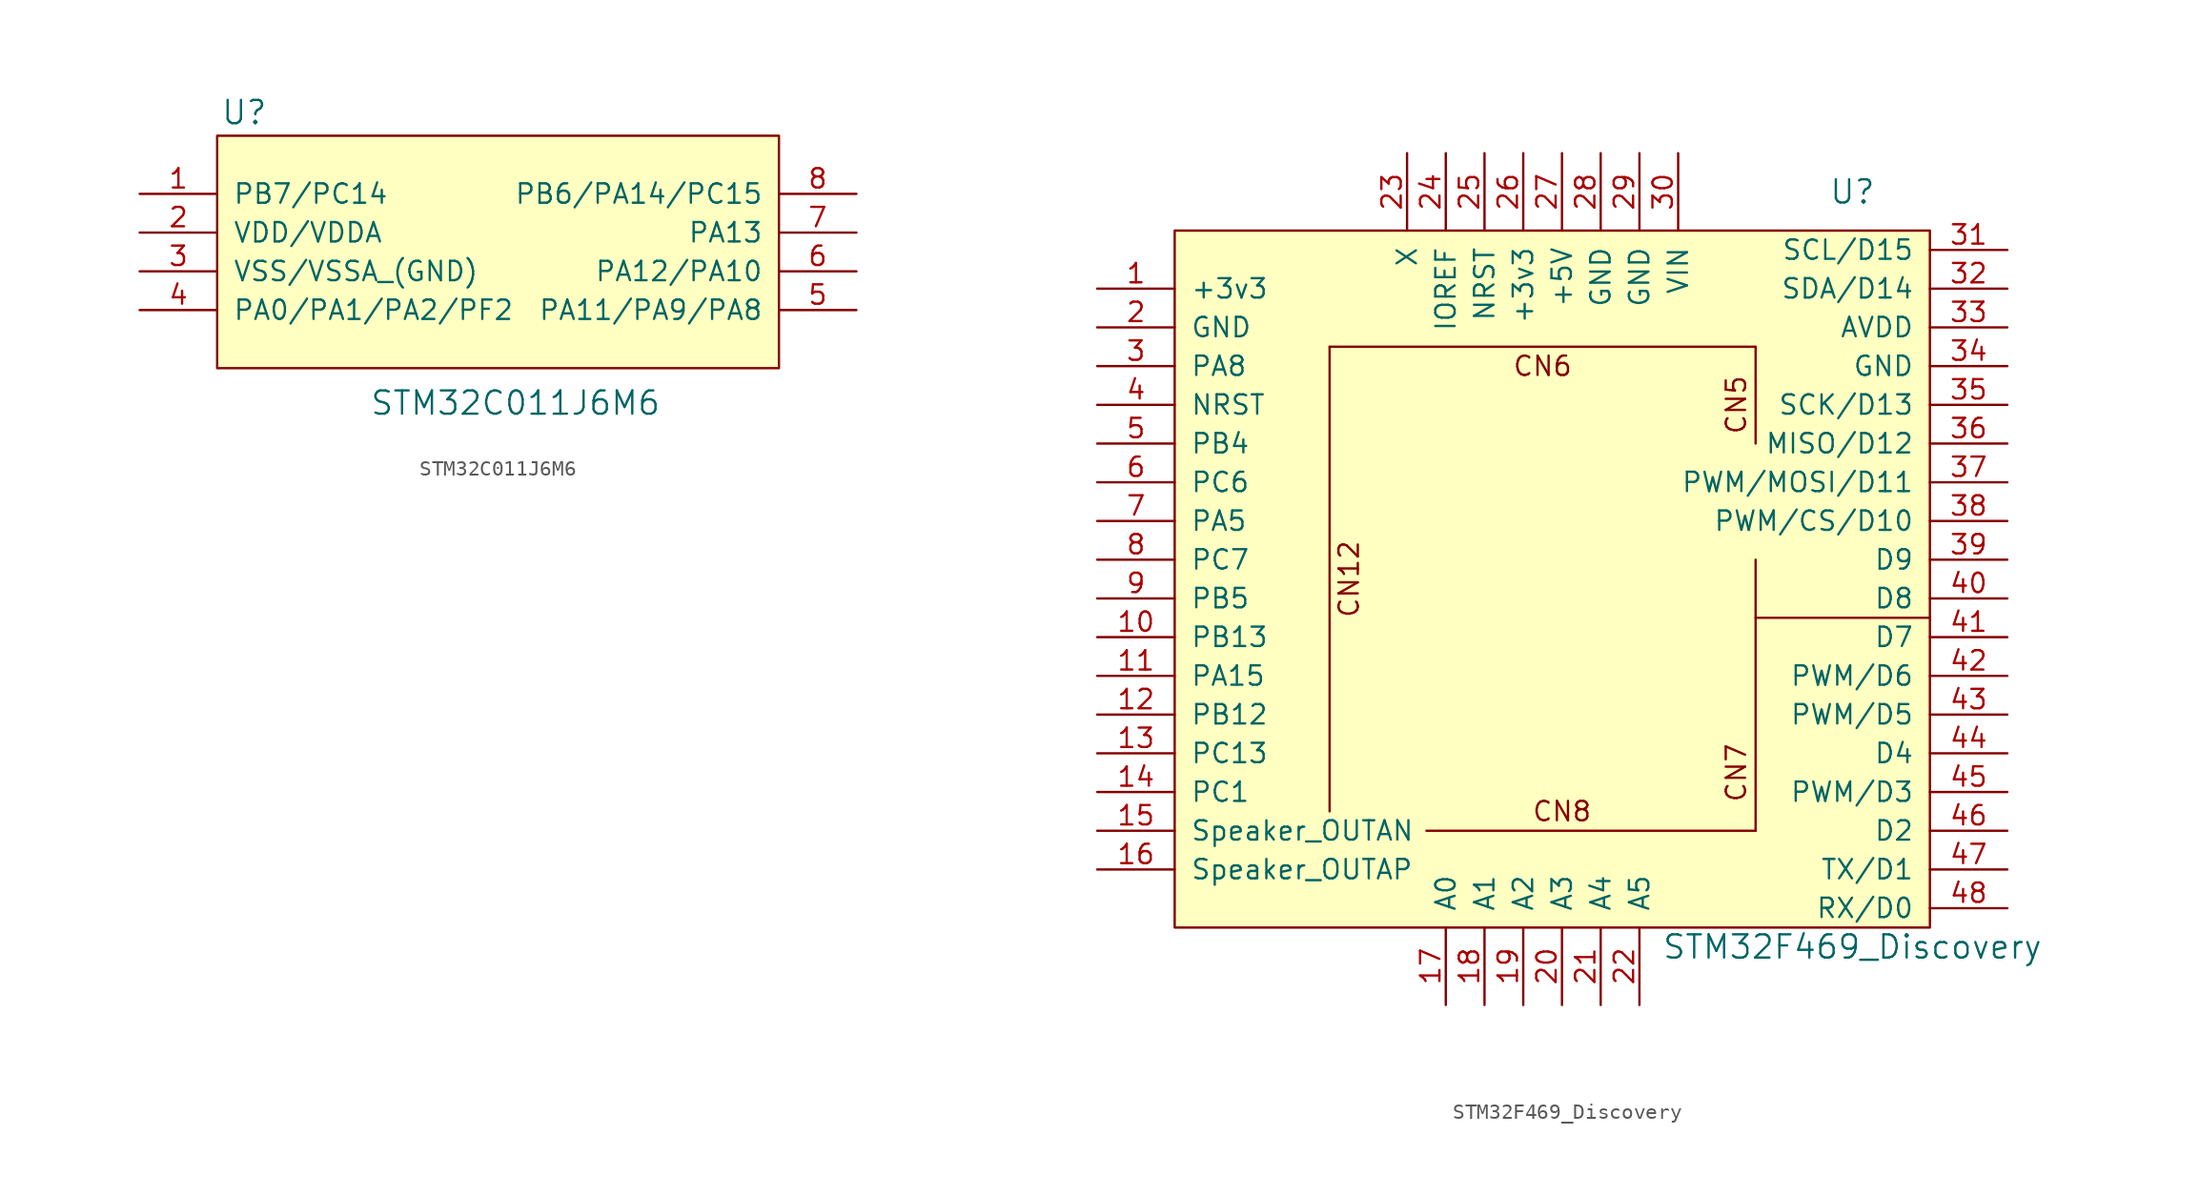
<source format=kicad_sym>
(kicad_symbol_lib
  (version 20231120)
  (generator "kicad_symbol_editor")
  (generator_version "8.0")
  (symbol "STM32C011J6M6"
    (pin_names
      (offset 1.016))
    (property "Reference" "U"
      (at -17.272 9.144 0)
      (effects (font (size 1.524 1.524))))
    (property "Value" "STM32C011J6M6"
      (at 0.508 -9.906 0)
      (effects (font (size 1.524 1.524))))
    (symbol "STM32C011J6M6_0_1"
      (rectangle (start -19.05 7.62) (end 17.78 -7.62) (stroke (width 0) (type default)) (fill (type background))))
    (symbol "STM32C011J6M6_1_1"
      (pin input line (at -24.13 3.81 0) (length 5.08) (name "PB7/PC14" (effects (font (size 1.27 1.27)))) (number "1" (effects (font (size 1.27 1.27)))))
      (pin input line (at -24.13 1.27 0) (length 5.08) (name "VDD/VDDA" (effects (font (size 1.27 1.27)))) (number "2" (effects (font (size 1.27 1.27)))))
      (pin input line (at -24.13 -1.27 0) (length 5.08) (name "VSS/VSSA_(GND)" (effects (font (size 1.27 1.27)))) (number "3" (effects (font (size 1.27 1.27)))))
      (pin input line (at -24.13 -3.81 0) (length 5.08) (name "PA0/PA1/PA2/PF2" (effects (font (size 1.27 1.27)))) (number "4" (effects (font (size 1.27 1.27)))))
      (pin input line (at 22.86 -3.81 180) (length 5.08) (name "PA11/PA9/PA8" (effects (font (size 1.27 1.27)))) (number "5" (effects (font (size 1.27 1.27)))))
      (pin input line (at 22.86 -1.27 180) (length 5.08) (name "PA12/PA10" (effects (font (size 1.27 1.27)))) (number "6" (effects (font (size 1.27 1.27)))))
      (pin input line (at 22.86 1.27 180) (length 5.08) (name "PA13" (effects (font (size 1.27 1.27)))) (number "7" (effects (font (size 1.27 1.27)))))
      (pin input line (at 22.86 3.81 180) (length 5.08) (name "PB6/PA14/PC15" (effects (font (size 1.27 1.27)))) (number "8" (effects (font (size 1.27 1.27)))))))
  (symbol "STM32F469_Discovery"
    (pin_names
      (offset 1.016))
    (property "Reference" "U"
      (at 19.05 15.24 0)
      (effects (font (size 1.524 1.524))))
    (property "Value" "STM32F469_Discovery"
      (at 19.05 -34.29 0)
      (effects (font (size 1.524 1.524))))
    (symbol "STM32F469_Discovery_0_0"
      (polyline (pts (xy -15.24 5.08) (xy 12.7 5.08)) (stroke (width 0) (type default)) (fill (type none)))
      (polyline (pts (xy -8.89 -26.67) (xy 12.7 -26.67)) (stroke (width 0) (type default)) (fill (type none)))
      (polyline (pts (xy 12.7 -12.7) (xy 12.7 -8.89)) (stroke (width 0) (type default)) (fill (type none)))
      (polyline (pts (xy 12.7 -1.27) (xy 12.7 5.08)) (stroke (width 0) (type default)) (fill (type none)))
      (polyline (pts (xy 24.13 -12.7) (xy 12.7 -12.7) (xy 12.7 -26.67)) (stroke (width 0) (type default)) (fill (type none)))
      (text "CN5" (at 11.43 1.27 900) (effects (font (size 1.27 1.27))))
      (text "CN6" (at -1.27 3.81 0) (effects (font (size 1.27 1.27))))
      (text "CN7" (at 11.43 -22.86 900) (effects (font (size 1.27 1.27))))
      (text "CN8" (at 0 -25.4 0) (effects (font (size 1.27 1.27)))))
    (symbol "STM32F469_Discovery_0_1"
      (rectangle (start -25.4 12.7) (end 24.13 -33.02) (stroke (width 0) (type default)) (fill (type background)))
      (polyline (pts (xy -15.24 5.08) (xy -15.24 -25.4)) (stroke (width 0) (type default)) (fill (type none))))
    (symbol "STM32F469_Discovery_1_0"
      (text "CN12" (at -13.97 -10.16 900) (effects (font (size 1.27 1.27)))))
    (symbol "STM32F469_Discovery_1_1"
      (pin input line (at -30.48 8.89 0) (length 5.08) (name "+3v3" (effects (font (size 1.27 1.27)))) (number "1" (effects (font (size 1.27 1.27)))))
      (pin input line (at -30.48 -13.97 0) (length 5.08) (name "PB13" (effects (font (size 1.27 1.27)))) (number "10" (effects (font (size 1.27 1.27)))))
      (pin input line (at -30.48 -16.51 0) (length 5.08) (name "PA15" (effects (font (size 1.27 1.27)))) (number "11" (effects (font (size 1.27 1.27)))))
      (pin input line (at -30.48 -19.05 0) (length 5.08) (name "PB12" (effects (font (size 1.27 1.27)))) (number "12" (effects (font (size 1.27 1.27)))))
      (pin input line (at -30.48 -21.59 0) (length 5.08) (name "PC13" (effects (font (size 1.27 1.27)))) (number "13" (effects (font (size 1.27 1.27)))))
      (pin input line (at -30.48 -24.13 0) (length 5.08) (name "PC1" (effects (font (size 1.27 1.27)))) (number "14" (effects (font (size 1.27 1.27)))))
      (pin input line (at -30.48 -26.67 0) (length 5.08) (name "Speaker_OUTAN" (effects (font (size 1.27 1.27)))) (number "15" (effects (font (size 1.27 1.27)))))
      (pin input line (at -30.48 -29.21 0) (length 5.08) (name "Speaker_OUTAP" (effects (font (size 1.27 1.27)))) (number "16" (effects (font (size 1.27 1.27)))))
      (pin input line (at -7.62 -38.1 90) (length 5.08) (name "A0" (effects (font (size 1.27 1.27)))) (number "17" (effects (font (size 1.27 1.27)))))
      (pin input line (at -5.08 -38.1 90) (length 5.08) (name "A1" (effects (font (size 1.27 1.27)))) (number "18" (effects (font (size 1.27 1.27)))))
      (pin input line (at -2.54 -38.1 90) (length 5.08) (name "A2" (effects (font (size 1.27 1.27)))) (number "19" (effects (font (size 1.27 1.27)))))
      (pin input line (at -30.48 6.35 0) (length 5.08) (name "GND" (effects (font (size 1.27 1.27)))) (number "2" (effects (font (size 1.27 1.27)))))
      (pin input line (at 0 -38.1 90) (length 5.08) (name "A3" (effects (font (size 1.27 1.27)))) (number "20" (effects (font (size 1.27 1.27)))))
      (pin input line (at 2.54 -38.1 90) (length 5.08) (name "A4" (effects (font (size 1.27 1.27)))) (number "21" (effects (font (size 1.27 1.27)))))
      (pin input line (at 5.08 -38.1 90) (length 5.08) (name "A5" (effects (font (size 1.27 1.27)))) (number "22" (effects (font (size 1.27 1.27)))))
      (pin input line (at -10.16 17.78 270) (length 5.08) (name "X" (effects (font (size 1.27 1.27)))) (number "23" (effects (font (size 1.27 1.27)))))
      (pin input line (at -7.62 17.78 270) (length 5.08) (name "IOREF" (effects (font (size 1.27 1.27)))) (number "24" (effects (font (size 1.27 1.27)))))
      (pin input line (at -5.08 17.78 270) (length 5.08) (name "NRST" (effects (font (size 1.27 1.27)))) (number "25" (effects (font (size 1.27 1.27)))))
      (pin input line (at -2.54 17.78 270) (length 5.08) (name "+3v3" (effects (font (size 1.27 1.27)))) (number "26" (effects (font (size 1.27 1.27)))))
      (pin input line (at 0 17.78 270) (length 5.08) (name "+5V" (effects (font (size 1.27 1.27)))) (number "27" (effects (font (size 1.27 1.27)))))
      (pin input line (at 2.54 17.78 270) (length 5.08) (name "GND" (effects (font (size 1.27 1.27)))) (number "28" (effects (font (size 1.27 1.27)))))
      (pin input line (at 5.08 17.78 270) (length 5.08) (name "GND" (effects (font (size 1.27 1.27)))) (number "29" (effects (font (size 1.27 1.27)))))
      (pin input line (at -30.48 3.81 0) (length 5.08) (name "PA8" (effects (font (size 1.27 1.27)))) (number "3" (effects (font (size 1.27 1.27)))))
      (pin input line (at 7.62 17.78 270) (length 5.08) (name "VIN" (effects (font (size 1.27 1.27)))) (number "30" (effects (font (size 1.27 1.27)))))
      (pin input line (at 29.21 11.43 180) (length 5.08) (name "SCL/D15" (effects (font (size 1.27 1.27)))) (number "31" (effects (font (size 1.27 1.27)))))
      (pin input line (at 29.21 8.89 180) (length 5.08) (name "SDA/D14" (effects (font (size 1.27 1.27)))) (number "32" (effects (font (size 1.27 1.27)))))
      (pin input line (at 29.21 6.35 180) (length 5.08) (name "AVDD" (effects (font (size 1.27 1.27)))) (number "33" (effects (font (size 1.27 1.27)))))
      (pin input line (at 29.21 3.81 180) (length 5.08) (name "GND" (effects (font (size 1.27 1.27)))) (number "34" (effects (font (size 1.27 1.27)))))
      (pin input line (at 29.21 1.27 180) (length 5.08) (name "SCK/D13" (effects (font (size 1.27 1.27)))) (number "35" (effects (font (size 1.27 1.27)))))
      (pin input line (at 29.21 -1.27 180) (length 5.08) (name "MISO/D12" (effects (font (size 1.27 1.27)))) (number "36" (effects (font (size 1.27 1.27)))))
      (pin input line (at 29.21 -3.81 180) (length 5.08) (name "PWM/MOSI/D11" (effects (font (size 1.27 1.27)))) (number "37" (effects (font (size 1.27 1.27)))))
      (pin input line (at 29.21 -6.35 180) (length 5.08) (name "PWM/CS/D10" (effects (font (size 1.27 1.27)))) (number "38" (effects (font (size 1.27 1.27)))))
      (pin input line (at 29.21 -8.89 180) (length 5.08) (name "D9" (effects (font (size 1.27 1.27)))) (number "39" (effects (font (size 1.27 1.27)))))
      (pin input line (at -30.48 1.27 0) (length 5.08) (name "NRST" (effects (font (size 1.27 1.27)))) (number "4" (effects (font (size 1.27 1.27)))))
      (pin input line (at 29.21 -11.43 180) (length 5.08) (name "D8" (effects (font (size 1.27 1.27)))) (number "40" (effects (font (size 1.27 1.27)))))
      (pin input line (at 29.21 -13.97 180) (length 5.08) (name "D7" (effects (font (size 1.27 1.27)))) (number "41" (effects (font (size 1.27 1.27)))))
      (pin input line (at 29.21 -16.51 180) (length 5.08) (name "PWM/D6" (effects (font (size 1.27 1.27)))) (number "42" (effects (font (size 1.27 1.27)))))
      (pin input line (at 29.21 -19.05 180) (length 5.08) (name "PWM/D5" (effects (font (size 1.27 1.27)))) (number "43" (effects (font (size 1.27 1.27)))))
      (pin input line (at 29.21 -21.59 180) (length 5.08) (name "D4" (effects (font (size 1.27 1.27)))) (number "44" (effects (font (size 1.27 1.27)))))
      (pin input line (at 29.21 -24.13 180) (length 5.08) (name "PWM/D3" (effects (font (size 1.27 1.27)))) (number "45" (effects (font (size 1.27 1.27)))))
      (pin input line (at 29.21 -26.67 180) (length 5.08) (name "D2" (effects (font (size 1.27 1.27)))) (number "46" (effects (font (size 1.27 1.27)))))
      (pin input line (at 29.21 -29.21 180) (length 5.08) (name "TX/D1" (effects (font (size 1.27 1.27)))) (number "47" (effects (font (size 1.27 1.27)))))
      (pin input line (at 29.21 -31.75 180) (length 5.08) (name "RX/D0" (effects (font (size 1.27 1.27)))) (number "48" (effects (font (size 1.27 1.27)))))
      (pin input line (at -30.48 -1.27 0) (length 5.08) (name "PB4" (effects (font (size 1.27 1.27)))) (number "5" (effects (font (size 1.27 1.27)))))
      (pin input line (at -30.48 -3.81 0) (length 5.08) (name "PC6" (effects (font (size 1.27 1.27)))) (number "6" (effects (font (size 1.27 1.27)))))
      (pin input line (at -30.48 -6.35 0) (length 5.08) (name "PA5" (effects (font (size 1.27 1.27)))) (number "7" (effects (font (size 1.27 1.27)))))
      (pin input line (at -30.48 -8.89 0) (length 5.08) (name "PC7" (effects (font (size 1.27 1.27)))) (number "8" (effects (font (size 1.27 1.27)))))
      (pin input line (at -30.48 -11.43 0) (length 5.08) (name "PB5" (effects (font (size 1.27 1.27)))) (number "9" (effects (font (size 1.27 1.27))))))))
</source>
